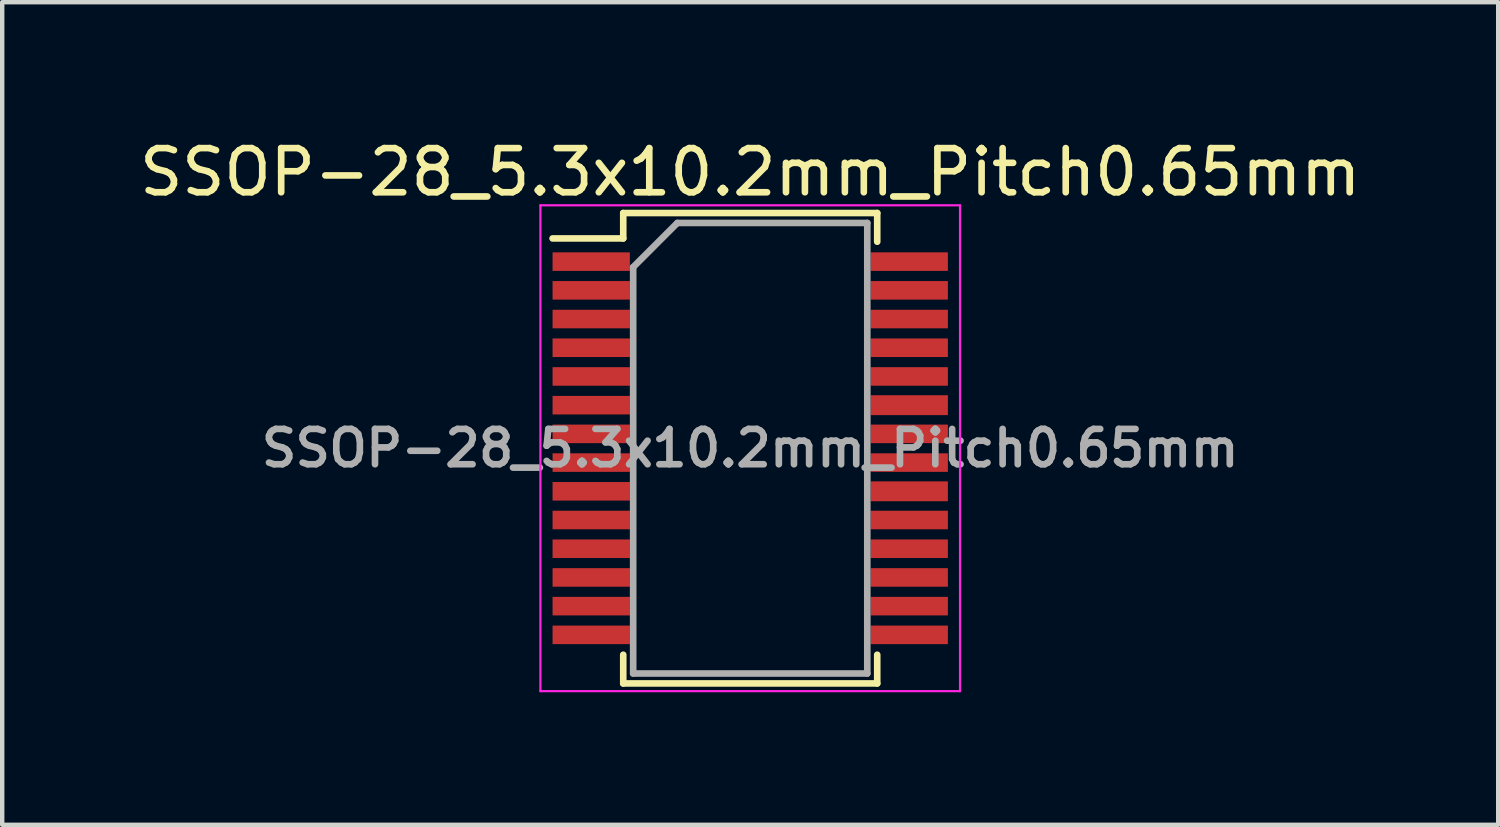
<source format=kicad_pcb>
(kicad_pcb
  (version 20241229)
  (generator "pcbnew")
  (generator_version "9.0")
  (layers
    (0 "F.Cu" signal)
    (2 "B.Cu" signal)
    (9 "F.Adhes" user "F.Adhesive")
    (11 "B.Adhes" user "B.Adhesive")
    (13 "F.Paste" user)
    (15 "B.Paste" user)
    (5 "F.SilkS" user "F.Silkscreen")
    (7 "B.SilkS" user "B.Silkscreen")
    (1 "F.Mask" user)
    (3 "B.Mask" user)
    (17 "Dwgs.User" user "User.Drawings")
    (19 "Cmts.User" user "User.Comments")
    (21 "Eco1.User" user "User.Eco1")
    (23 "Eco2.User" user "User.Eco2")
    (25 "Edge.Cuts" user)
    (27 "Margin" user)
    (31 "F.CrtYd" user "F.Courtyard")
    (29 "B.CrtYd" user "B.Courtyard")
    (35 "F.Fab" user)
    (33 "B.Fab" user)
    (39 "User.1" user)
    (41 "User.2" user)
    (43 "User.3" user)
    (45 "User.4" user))
  (footprint "SSOP-28_5.3x10.2mm_Pitch0.65mm"
    (layer "F.Cu")
    (at 13.935 7.098)
    (property "Reference" "SSOP-28_5.3x10.2mm_Pitch0.65mm" (at 0 -6.25 0) (layer "F.SilkS") (effects (font (size 1 1) (thickness 0.15))))
    (attr smd)
    (fp_line (start -2.875 -5.325) (end -2.875 -4.75) (stroke (width 0.15) (type solid)) (layer "F.SilkS"))
    (fp_line (start -2.875 -5.325) (end 2.875 -5.325) (stroke (width 0.15) (type solid)) (layer "F.SilkS"))
    (fp_line (start -2.875 -4.75) (end -4.475 -4.75) (stroke (width 0.15) (type solid)) (layer "F.SilkS"))
    (fp_line (start -2.875 5.325) (end -2.875 4.675) (stroke (width 0.15) (type solid)) (layer "F.SilkS"))
    (fp_line (start -2.875 5.325) (end 2.875 5.325) (stroke (width 0.15) (type solid)) (layer "F.SilkS"))
    (fp_line (start 2.875 -5.325) (end 2.875 -4.675) (stroke (width 0.15) (type solid)) (layer "F.SilkS"))
    (fp_line (start 2.875 5.325) (end 2.875 4.675) (stroke (width 0.15) (type solid)) (layer "F.SilkS"))
    (fp_line (start -4.75 -5.5) (end -4.75 5.5) (stroke (width 0.05) (type solid)) (layer "F.CrtYd"))
    (fp_line (start -4.75 -5.5) (end 4.75 -5.5) (stroke (width 0.05) (type solid)) (layer "F.CrtYd"))
    (fp_line (start -4.75 5.5) (end 4.75 5.5) (stroke (width 0.05) (type solid)) (layer "F.CrtYd"))
    (fp_line (start 4.75 -5.5) (end 4.75 5.5) (stroke (width 0.05) (type solid)) (layer "F.CrtYd"))
    (fp_line (start -2.65 -4.1) (end -1.65 -5.1) (stroke (width 0.15) (type solid)) (layer "F.Fab"))
    (fp_line (start -2.65 5.1) (end -2.65 -4.1) (stroke (width 0.15) (type solid)) (layer "F.Fab"))
    (fp_line (start -1.65 -5.1) (end 2.65 -5.1) (stroke (width 0.15) (type solid)) (layer "F.Fab"))
    (fp_line (start 2.65 -5.1) (end 2.65 5.1) (stroke (width 0.15) (type solid)) (layer "F.Fab"))
    (fp_line (start 2.65 5.1) (end -2.65 5.1) (stroke (width 0.15) (type solid)) (layer "F.Fab"))
    (fp_text user "${REFERENCE}" (at 0 0 0) (layer "F.Fab") (effects (font (size 0.8 0.8) (thickness 0.15))))
    (pad "1" smd rect (at -3.6 -4.225) (size 1.75 0.42) (layers "F.Cu" "F.Mask" "F.Paste"))
    (pad "2" smd rect (at -3.6 -3.575) (size 1.75 0.42) (layers "F.Cu" "F.Mask" "F.Paste"))
    (pad "3" smd rect (at -3.6 -2.925) (size 1.75 0.42) (layers "F.Cu" "F.Mask" "F.Paste"))
    (pad "4" smd rect (at -3.6 -2.275) (size 1.75 0.42) (layers "F.Cu" "F.Mask" "F.Paste"))
    (pad "5" smd rect (at -3.6 -1.625) (size 1.75 0.42) (layers "F.Cu" "F.Mask" "F.Paste"))
    (pad "6" smd rect (at -3.6 -0.975) (size 1.75 0.42) (layers "F.Cu" "F.Mask" "F.Paste"))
    (pad "7" smd rect (at -3.6 -0.325) (size 1.75 0.42) (layers "F.Cu" "F.Mask" "F.Paste"))
    (pad "8" smd rect (at -3.6 0.325) (size 1.75 0.42) (layers "F.Cu" "F.Mask" "F.Paste"))
    (pad "9" smd rect (at -3.6 0.975) (size 1.75 0.42) (layers "F.Cu" "F.Mask" "F.Paste"))
    (pad "10" smd rect (at -3.6 1.625) (size 1.75 0.42) (layers "F.Cu" "F.Mask" "F.Paste"))
    (pad "11" smd rect (at -3.6 2.275) (size 1.75 0.42) (layers "F.Cu" "F.Mask" "F.Paste"))
    (pad "12" smd rect (at -3.6 2.925) (size 1.75 0.42) (layers "F.Cu" "F.Mask" "F.Paste"))
    (pad "13" smd rect (at -3.6 3.575) (size 1.75 0.42) (layers "F.Cu" "F.Mask" "F.Paste"))
    (pad "14" smd rect (at -3.6 4.225) (size 1.75 0.42) (layers "F.Cu" "F.Mask" "F.Paste"))
    (pad "15" smd rect (at 3.6 4.225) (size 1.75 0.42) (layers "F.Cu" "F.Mask" "F.Paste"))
    (pad "16" smd rect (at 3.6 3.575) (size 1.75 0.42) (layers "F.Cu" "F.Mask" "F.Paste"))
    (pad "17" smd rect (at 3.6 2.925) (size 1.75 0.42) (layers "F.Cu" "F.Mask" "F.Paste"))
    (pad "18" smd rect (at 3.6 2.275) (size 1.75 0.42) (layers "F.Cu" "F.Mask" "F.Paste"))
    (pad "19" smd rect (at 3.6 1.625) (size 1.75 0.42) (layers "F.Cu" "F.Mask" "F.Paste"))
    (pad "20" smd rect (at 3.6 0.975) (size 1.75 0.45) (layers "F.Cu" "F.Mask" "F.Paste"))
    (pad "21" smd rect (at 3.6 0.325) (size 1.75 0.42) (layers "F.Cu" "F.Mask" "F.Paste"))
    (pad "22" smd rect (at 3.6 -0.325) (size 1.75 0.42) (layers "F.Cu" "F.Mask" "F.Paste"))
    (pad "23" smd rect (at 3.6 -0.975) (size 1.75 0.45) (layers "F.Cu" "F.Mask" "F.Paste"))
    (pad "24" smd rect (at 3.6 -1.625) (size 1.75 0.42) (layers "F.Cu" "F.Mask" "F.Paste"))
    (pad "25" smd rect (at 3.6 -2.275) (size 1.75 0.42) (layers "F.Cu" "F.Mask" "F.Paste"))
    (pad "26" smd rect (at 3.6 -2.925) (size 1.75 0.42) (layers "F.Cu" "F.Mask" "F.Paste"))
    (pad "27" smd rect (at 3.6 -3.575) (size 1.75 0.42) (layers "F.Cu" "F.Mask" "F.Paste"))
    (pad "28" smd rect (at 3.6 -4.225) (size 1.75 0.42) (layers "F.Cu" "F.Mask" "F.Paste")))
  (gr_rect
    (start -3 -3)
    (end 30.869 15.623)
    (stroke (width 0.1) (type default))
    (fill no)
    (layer "Edge.Cuts")))
</source>
